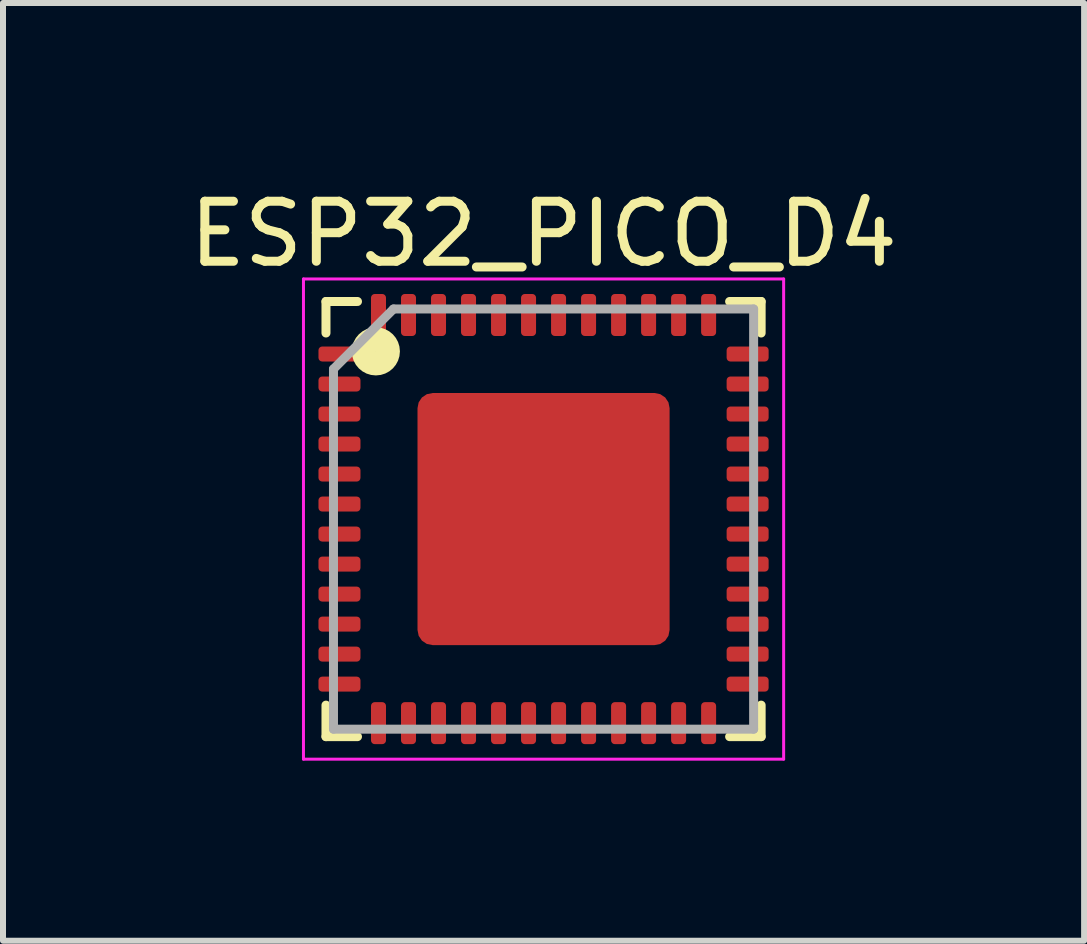
<source format=kicad_pcb>
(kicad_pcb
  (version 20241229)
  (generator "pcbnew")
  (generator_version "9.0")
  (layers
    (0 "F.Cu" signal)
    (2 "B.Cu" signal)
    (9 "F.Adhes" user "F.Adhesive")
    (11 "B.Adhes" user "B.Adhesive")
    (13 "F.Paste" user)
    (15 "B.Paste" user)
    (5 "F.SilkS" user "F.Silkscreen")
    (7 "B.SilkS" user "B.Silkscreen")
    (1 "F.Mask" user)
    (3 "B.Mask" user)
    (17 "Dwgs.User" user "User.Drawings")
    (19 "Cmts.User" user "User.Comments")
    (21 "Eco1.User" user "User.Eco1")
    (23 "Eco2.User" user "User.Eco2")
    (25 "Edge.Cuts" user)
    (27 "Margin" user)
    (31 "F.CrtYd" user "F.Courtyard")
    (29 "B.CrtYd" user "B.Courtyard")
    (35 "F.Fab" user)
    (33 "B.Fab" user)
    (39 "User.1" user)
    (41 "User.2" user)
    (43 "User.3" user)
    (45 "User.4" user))
  (footprint "ESP32_PICO_D4"
    (layer "F.Cu")
    (at 6.006 5.598)
    (property "Reference" "ESP32_PICO_D4" (at 0 -4.75 0) (layer "F.SilkS") (effects (font (size 1 1) (thickness 0.15))))
    (attr smd)
    (fp_line (start -3.625 -3.625) (end -3.625 -3.1) (stroke (width 0.15) (type solid)) (layer "F.SilkS"))
    (fp_line (start -3.625 -3.625) (end -3.1 -3.625) (stroke (width 0.15) (type solid)) (layer "F.SilkS"))
    (fp_line (start -3.625 3.625) (end -3.625 3.1) (stroke (width 0.15) (type solid)) (layer "F.SilkS"))
    (fp_line (start -3.625 3.625) (end -3.1 3.625) (stroke (width 0.15) (type solid)) (layer "F.SilkS"))
    (fp_line (start 3.625 -3.625) (end 3.1 -3.625) (stroke (width 0.15) (type solid)) (layer "F.SilkS"))
    (fp_line (start 3.625 -3.625) (end 3.625 -3.1) (stroke (width 0.15) (type solid)) (layer "F.SilkS"))
    (fp_line (start 3.625 3.625) (end 3.1 3.625) (stroke (width 0.15) (type solid)) (layer "F.SilkS"))
    (fp_line (start 3.625 3.625) (end 3.625 3.1) (stroke (width 0.15) (type solid)) (layer "F.SilkS"))
    (fp_circle (center -2.794 -2.794) (end -2.793 -2.794) (stroke (width 0.4) (type solid)) (fill no) (layer "F.SilkS"))
    (fp_line (start -4 -4) (end -4 4) (stroke (width 0.05) (type solid)) (layer "F.CrtYd"))
    (fp_line (start -4 -4) (end 4 -4) (stroke (width 0.05) (type solid)) (layer "F.CrtYd"))
    (fp_line (start -4 4) (end 4 4) (stroke (width 0.05) (type solid)) (layer "F.CrtYd"))
    (fp_line (start 4 -4) (end 4 4) (stroke (width 0.05) (type solid)) (layer "F.CrtYd"))
    (fp_line (start -3.5 -2.5) (end -2.5 -3.5) (stroke (width 0.15) (type solid)) (layer "F.Fab"))
    (fp_line (start -3.5 3.5) (end -3.5 -2.5) (stroke (width 0.15) (type solid)) (layer "F.Fab"))
    (fp_line (start -2.5 -3.5) (end 3.5 -3.5) (stroke (width 0.15) (type solid)) (layer "F.Fab"))
    (fp_line (start 3.5 -3.5) (end 3.5 3.5) (stroke (width 0.15) (type solid)) (layer "F.Fab"))
    (fp_line (start 3.5 3.5) (end -3.5 3.5) (stroke (width 0.15) (type solid)) (layer "F.Fab"))
    (pad "" smd roundrect (at -1.575 -1.575) (size 0.75 0.75) (layers "F.Paste") (roundrect_rratio 0.06))
    (pad "" smd roundrect (at -1.575 -0.525) (size 0.75 0.75) (layers "F.Paste") (roundrect_rratio 0.06))
    (pad "" smd roundrect (at -1.575 0.525) (size 0.75 0.75) (layers "F.Paste") (roundrect_rratio 0.06))
    (pad "" smd roundrect (at -1.575 1.575) (size 0.75 0.75) (layers "F.Paste") (roundrect_rratio 0.06))
    (pad "" smd roundrect (at -0.525 -1.575) (size 0.75 0.75) (layers "F.Paste") (roundrect_rratio 0.06))
    (pad "" smd roundrect (at -0.525 -0.525) (size 0.75 0.75) (layers "F.Paste") (roundrect_rratio 0.06))
    (pad "" smd roundrect (at -0.525 0.525) (size 0.75 0.75) (layers "F.Paste") (roundrect_rratio 0.06))
    (pad "" smd roundrect (at -0.525 1.575) (size 0.75 0.75) (layers "F.Paste") (roundrect_rratio 0.06))
    (pad "" smd roundrect (at 0.525 -1.575) (size 0.75 0.75) (layers "F.Paste") (roundrect_rratio 0.06))
    (pad "" smd roundrect (at 0.525 -0.525) (size 0.75 0.75) (layers "F.Paste") (roundrect_rratio 0.06))
    (pad "" smd roundrect (at 0.525 0.525) (size 0.75 0.75) (layers "F.Paste") (roundrect_rratio 0.06))
    (pad "" smd roundrect (at 0.525 1.575) (size 0.75 0.75) (layers "F.Paste") (roundrect_rratio 0.06))
    (pad "" smd roundrect (at 1.575 -1.575) (size 0.75 0.75) (layers "F.Paste") (roundrect_rratio 0.06))
    (pad "" smd roundrect (at 1.575 -0.525) (size 0.75 0.75) (layers "F.Paste") (roundrect_rratio 0.06))
    (pad "" smd roundrect (at 1.575 0.525) (size 0.75 0.75) (layers "F.Paste") (roundrect_rratio 0.06))
    (pad "" smd roundrect (at 1.575 1.575) (size 0.75 0.75) (layers "F.Paste") (roundrect_rratio 0.06))
    (pad "1" smd roundrect (at -3.4 -2.75) (size 0.7 0.25) (layers "F.Cu" "F.Mask" "F.Paste") (roundrect_rratio 0.25))
    (pad "2" smd roundrect (at -3.4 -2.25) (size 0.7 0.25) (layers "F.Cu" "F.Mask" "F.Paste") (roundrect_rratio 0.25))
    (pad "3" smd roundrect (at -3.4 -1.75) (size 0.7 0.25) (layers "F.Cu" "F.Mask" "F.Paste") (roundrect_rratio 0.25))
    (pad "4" smd roundrect (at -3.4 -1.25) (size 0.7 0.25) (layers "F.Cu" "F.Mask" "F.Paste") (roundrect_rratio 0.25))
    (pad "5" smd roundrect (at -3.4 -0.75) (size 0.7 0.25) (layers "F.Cu" "F.Mask" "F.Paste") (roundrect_rratio 0.25))
    (pad "6" smd roundrect (at -3.4 -0.25) (size 0.7 0.25) (layers "F.Cu" "F.Mask" "F.Paste") (roundrect_rratio 0.25))
    (pad "7" smd roundrect (at -3.4 0.25) (size 0.7 0.25) (layers "F.Cu" "F.Mask" "F.Paste") (roundrect_rratio 0.25))
    (pad "8" smd roundrect (at -3.4 0.75) (size 0.7 0.25) (layers "F.Cu" "F.Mask" "F.Paste") (roundrect_rratio 0.25))
    (pad "9" smd roundrect (at -3.4 1.25) (size 0.7 0.25) (layers "F.Cu" "F.Mask" "F.Paste") (roundrect_rratio 0.25))
    (pad "10" smd roundrect (at -3.4 1.75) (size 0.7 0.25) (layers "F.Cu" "F.Mask" "F.Paste") (roundrect_rratio 0.25))
    (pad "11" smd roundrect (at -3.4 2.25) (size 0.7 0.25) (layers "F.Cu" "F.Mask" "F.Paste") (roundrect_rratio 0.25))
    (pad "12" smd roundrect (at -3.4 2.75) (size 0.7 0.25) (layers "F.Cu" "F.Mask" "F.Paste") (roundrect_rratio 0.25))
    (pad "13" smd roundrect (at -2.75 3.4 90) (size 0.7 0.25) (layers "F.Cu" "F.Mask" "F.Paste") (roundrect_rratio 0.25))
    (pad "14" smd roundrect (at -2.25 3.4 90) (size 0.7 0.25) (layers "F.Cu" "F.Mask" "F.Paste") (roundrect_rratio 0.25))
    (pad "15" smd roundrect (at -1.75 3.4 90) (size 0.7 0.25) (layers "F.Cu" "F.Mask" "F.Paste") (roundrect_rratio 0.25))
    (pad "16" smd roundrect (at -1.25 3.4 90) (size 0.7 0.25) (layers "F.Cu" "F.Mask" "F.Paste") (roundrect_rratio 0.25))
    (pad "17" smd roundrect (at -0.75 3.4 90) (size 0.7 0.25) (layers "F.Cu" "F.Mask" "F.Paste") (roundrect_rratio 0.25))
    (pad "18" smd roundrect (at -0.25 3.4 90) (size 0.7 0.25) (layers "F.Cu" "F.Mask" "F.Paste") (roundrect_rratio 0.25))
    (pad "19" smd roundrect (at 0.25 3.4 90) (size 0.7 0.25) (layers "F.Cu" "F.Mask" "F.Paste") (roundrect_rratio 0.25))
    (pad "20" smd roundrect (at 0.75 3.4 90) (size 0.7 0.25) (layers "F.Cu" "F.Mask" "F.Paste") (roundrect_rratio 0.25))
    (pad "21" smd roundrect (at 1.25 3.4 90) (size 0.7 0.25) (layers "F.Cu" "F.Mask" "F.Paste") (roundrect_rratio 0.25))
    (pad "22" smd roundrect (at 1.75 3.4 90) (size 0.7 0.25) (layers "F.Cu" "F.Mask" "F.Paste") (roundrect_rratio 0.25))
    (pad "23" smd roundrect (at 2.25 3.4 90) (size 0.7 0.25) (layers "F.Cu" "F.Mask" "F.Paste") (roundrect_rratio 0.25))
    (pad "24" smd roundrect (at 2.75 3.4 90) (size 0.7 0.25) (layers "F.Cu" "F.Mask" "F.Paste") (roundrect_rratio 0.25))
    (pad "25" smd roundrect (at 3.4 2.75) (size 0.7 0.25) (layers "F.Cu" "F.Mask" "F.Paste") (roundrect_rratio 0.25))
    (pad "26" smd roundrect (at 3.4 2.25) (size 0.7 0.25) (layers "F.Cu" "F.Mask" "F.Paste") (roundrect_rratio 0.25))
    (pad "27" smd roundrect (at 3.4 1.75) (size 0.7 0.25) (layers "F.Cu" "F.Mask" "F.Paste") (roundrect_rratio 0.25))
    (pad "28" smd roundrect (at 3.4 1.25) (size 0.7 0.25) (layers "F.Cu" "F.Mask" "F.Paste") (roundrect_rratio 0.25))
    (pad "29" smd roundrect (at 3.4 0.75) (size 0.7 0.25) (layers "F.Cu" "F.Mask" "F.Paste") (roundrect_rratio 0.25))
    (pad "30" smd roundrect (at 3.4 0.25) (size 0.7 0.25) (layers "F.Cu" "F.Mask" "F.Paste") (roundrect_rratio 0.25))
    (pad "31" smd roundrect (at 3.4 -0.25) (size 0.7 0.25) (layers "F.Cu" "F.Mask" "F.Paste") (roundrect_rratio 0.25))
    (pad "32" smd roundrect (at 3.4 -0.75) (size 0.7 0.25) (layers "F.Cu" "F.Mask" "F.Paste") (roundrect_rratio 0.25))
    (pad "33" smd roundrect (at 3.4 -1.25) (size 0.7 0.25) (layers "F.Cu" "F.Mask" "F.Paste") (roundrect_rratio 0.25))
    (pad "34" smd roundrect (at 3.4 -1.75) (size 0.7 0.25) (layers "F.Cu" "F.Mask" "F.Paste") (roundrect_rratio 0.25))
    (pad "35" smd roundrect (at 3.4 -2.25) (size 0.7 0.25) (layers "F.Cu" "F.Mask" "F.Paste") (roundrect_rratio 0.25))
    (pad "36" smd roundrect (at 3.4 -2.75) (size 0.7 0.25) (layers "F.Cu" "F.Mask" "F.Paste") (roundrect_rratio 0.25))
    (pad "37" smd roundrect (at 2.75 -3.4 90) (size 0.7 0.25) (layers "F.Cu" "F.Mask" "F.Paste") (roundrect_rratio 0.25))
    (pad "38" smd roundrect (at 2.25 -3.4 90) (size 0.7 0.25) (layers "F.Cu" "F.Mask" "F.Paste") (roundrect_rratio 0.25))
    (pad "39" smd roundrect (at 1.75 -3.4 90) (size 0.7 0.25) (layers "F.Cu" "F.Mask" "F.Paste") (roundrect_rratio 0.25))
    (pad "40" smd roundrect (at 1.25 -3.4 90) (size 0.7 0.25) (layers "F.Cu" "F.Mask" "F.Paste") (roundrect_rratio 0.25))
    (pad "41" smd roundrect (at 0.75 -3.4 90) (size 0.7 0.25) (layers "F.Cu" "F.Mask" "F.Paste") (roundrect_rratio 0.25))
    (pad "42" smd roundrect (at 0.25 -3.4 90) (size 0.7 0.25) (layers "F.Cu" "F.Mask" "F.Paste") (roundrect_rratio 0.25))
    (pad "43" smd roundrect (at -0.25 -3.4 90) (size 0.7 0.25) (layers "F.Cu" "F.Mask" "F.Paste") (roundrect_rratio 0.25))
    (pad "44" smd roundrect (at -0.75 -3.4 90) (size 0.7 0.25) (layers "F.Cu" "F.Mask" "F.Paste") (roundrect_rratio 0.25))
    (pad "45" smd roundrect (at -1.25 -3.4 90) (size 0.7 0.25) (layers "F.Cu" "F.Mask" "F.Paste") (roundrect_rratio 0.25))
    (pad "46" smd roundrect (at -1.75 -3.4 90) (size 0.7 0.25) (layers "F.Cu" "F.Mask" "F.Paste") (roundrect_rratio 0.25))
    (pad "47" smd roundrect (at -2.25 -3.4 90) (size 0.7 0.25) (layers "F.Cu" "F.Mask" "F.Paste") (roundrect_rratio 0.25))
    (pad "48" smd roundrect (at -2.75 -3.4 90) (size 0.7 0.25) (layers "F.Cu" "F.Mask" "F.Paste") (roundrect_rratio 0.25))
    (pad "49" smd roundrect (at 0 0) (size 4.2 4.2) (layers "F.Cu" "F.Mask") (roundrect_rratio 0.06)))
  (gr_rect
    (start -3 -3)
    (end 15.012 12.623)
    (stroke (width 0.1) (type default))
    (fill no)
    (layer "Edge.Cuts")))
</source>
